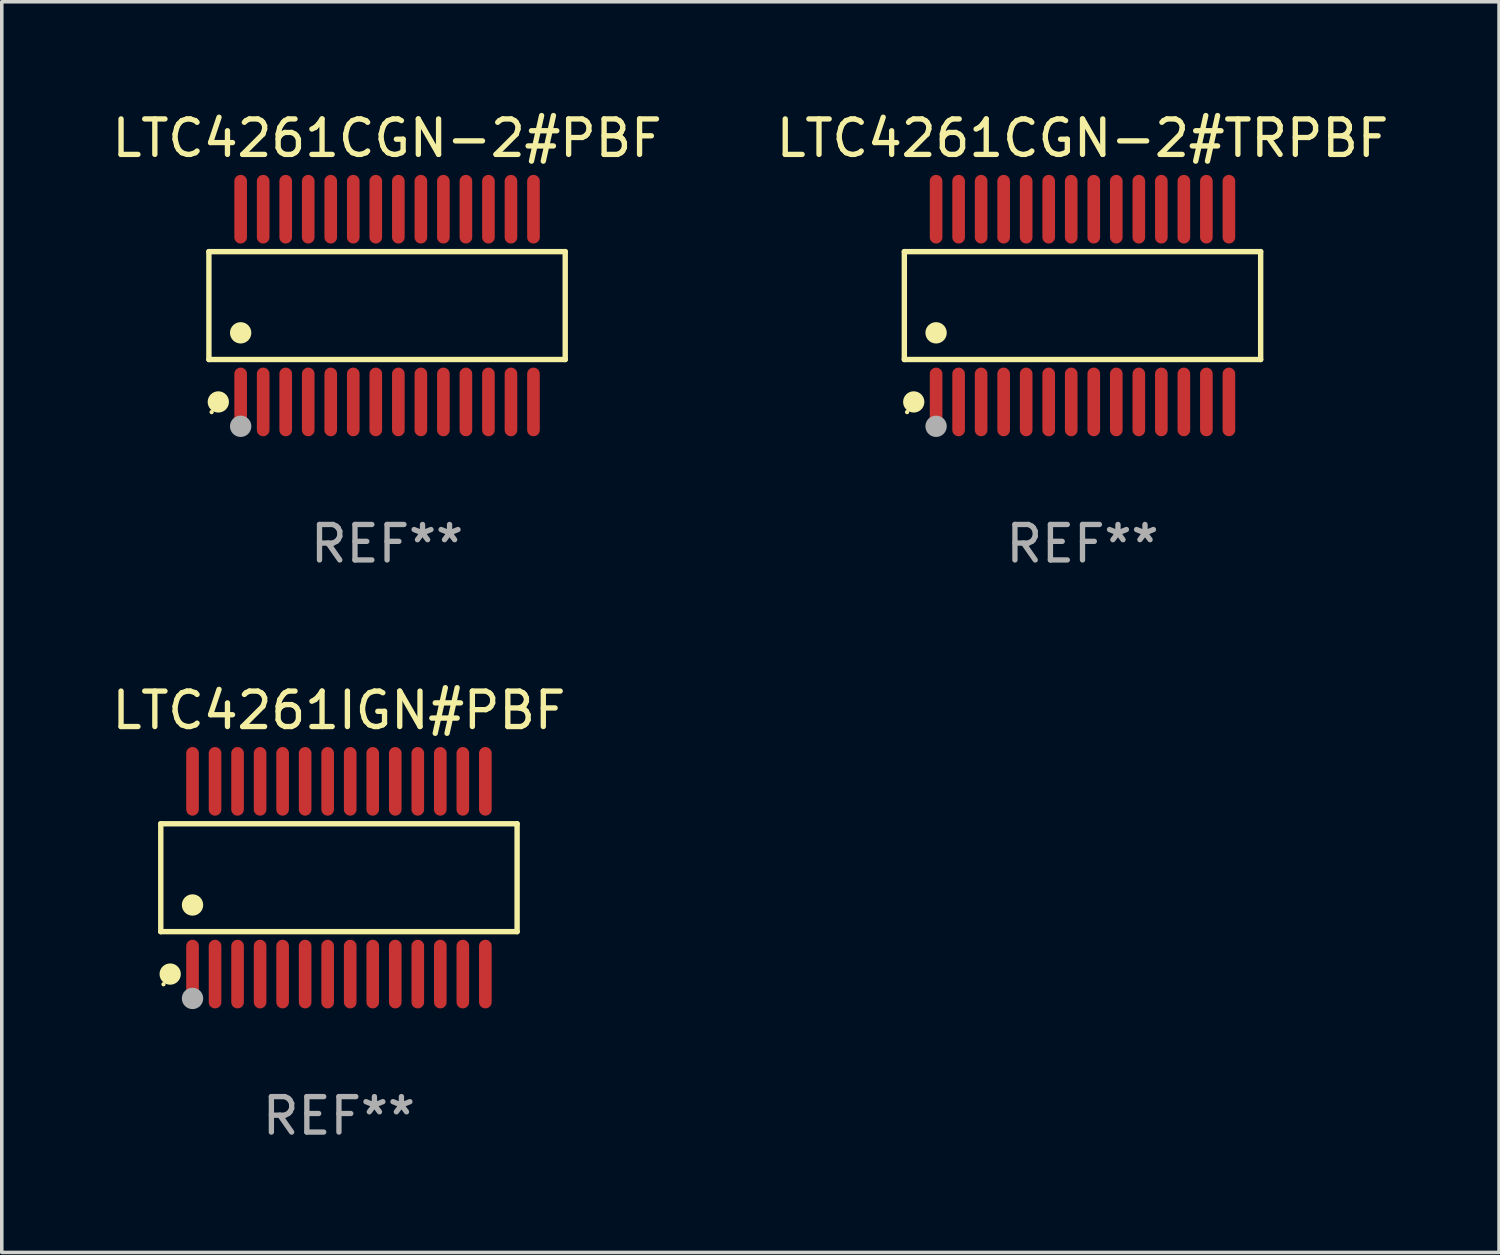
<source format=kicad_pcb>
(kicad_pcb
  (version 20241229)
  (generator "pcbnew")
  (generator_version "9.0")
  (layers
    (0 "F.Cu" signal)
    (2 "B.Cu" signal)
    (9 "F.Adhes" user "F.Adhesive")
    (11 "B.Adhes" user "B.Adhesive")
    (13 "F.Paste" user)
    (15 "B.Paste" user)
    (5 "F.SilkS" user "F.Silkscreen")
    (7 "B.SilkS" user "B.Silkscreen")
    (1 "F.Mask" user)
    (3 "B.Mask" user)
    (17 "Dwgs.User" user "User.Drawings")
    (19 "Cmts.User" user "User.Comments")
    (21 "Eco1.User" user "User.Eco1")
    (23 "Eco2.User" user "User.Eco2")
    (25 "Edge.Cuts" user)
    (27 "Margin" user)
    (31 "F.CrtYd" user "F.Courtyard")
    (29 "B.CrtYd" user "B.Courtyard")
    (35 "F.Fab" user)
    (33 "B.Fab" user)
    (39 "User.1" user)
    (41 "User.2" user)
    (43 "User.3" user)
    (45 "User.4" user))
  (footprint "LTC4261CGN-2#TRPBF"
    (layer "F.Cu")
    (at 27.47 5.565)
    (property "Reference" "LTC4261CGN-2#TRPBF" (at 0 -4.717 0) (layer "F.SilkS") (effects (font (size 1 1) (thickness 0.15))))
    (attr through_hole)
    (fp_line (start -5.023 -1.521) (end 5.023 -1.521) (stroke (width 0.152) (type solid)) (layer "F.SilkS"))
    (fp_line (start -5.023 1.521) (end -5.023 -1.521) (stroke (width 0.152) (type solid)) (layer "F.SilkS"))
    (fp_line (start 5.023 -1.521) (end 5.023 1.521) (stroke (width 0.152) (type solid)) (layer "F.SilkS"))
    (fp_line (start 5.023 1.521) (end -5.023 1.521) (stroke (width 0.152) (type solid)) (layer "F.SilkS"))
    (fp_circle (center -4.946 3.004) (end -4.916 3.004) (stroke (width 0.06) (type solid)) (fill no) (layer "F.SilkS"))
    (fp_circle (center -4.758 2.717) (end -4.608 2.717) (stroke (width 0.3) (type solid)) (fill no) (layer "F.SilkS"))
    (fp_circle (center -4.128 0.769) (end -3.977 0.769) (stroke (width 0.3) (type solid)) (fill no) (layer "F.SilkS"))
    (fp_circle (center -4.128 3.404) (end -3.977 3.404) (stroke (width 0.3) (type solid)) (fill no) (layer "F.Fab"))
    (fp_text user "REF**" (at 0 6.717 0) (layer "F.Fab") (effects (font (size 1 1) (thickness 0.15))))
    (pad "1" smd oval (at -4.128 2.717) (size 0.356 1.935) (layers "F.Cu" "F.Mask" "F.Paste"))
    (pad "2" smd oval (at -3.493 2.717) (size 0.356 1.935) (layers "F.Cu" "F.Mask" "F.Paste"))
    (pad "3" smd oval (at -2.858 2.717) (size 0.356 1.935) (layers "F.Cu" "F.Mask" "F.Paste"))
    (pad "4" smd oval (at -2.223 2.717) (size 0.356 1.935) (layers "F.Cu" "F.Mask" "F.Paste"))
    (pad "5" smd oval (at -1.588 2.717) (size 0.356 1.935) (layers "F.Cu" "F.Mask" "F.Paste"))
    (pad "6" smd oval (at -0.953 2.717) (size 0.356 1.935) (layers "F.Cu" "F.Mask" "F.Paste"))
    (pad "7" smd oval (at -0.318 2.717) (size 0.356 1.935) (layers "F.Cu" "F.Mask" "F.Paste"))
    (pad "8" smd oval (at 0.318 2.717) (size 0.356 1.935) (layers "F.Cu" "F.Mask" "F.Paste"))
    (pad "9" smd oval (at 0.953 2.717) (size 0.356 1.935) (layers "F.Cu" "F.Mask" "F.Paste"))
    (pad "10" smd oval (at 1.588 2.717) (size 0.356 1.935) (layers "F.Cu" "F.Mask" "F.Paste"))
    (pad "11" smd oval (at 2.223 2.717) (size 0.356 1.935) (layers "F.Cu" "F.Mask" "F.Paste"))
    (pad "12" smd oval (at 2.858 2.717) (size 0.356 1.935) (layers "F.Cu" "F.Mask" "F.Paste"))
    (pad "13" smd oval (at 3.493 2.717) (size 0.356 1.935) (layers "F.Cu" "F.Mask" "F.Paste"))
    (pad "14" smd oval (at 4.128 2.717) (size 0.356 1.935) (layers "F.Cu" "F.Mask" "F.Paste"))
    (pad "15" smd oval (at 4.128 -2.717) (size 0.356 1.935) (layers "F.Cu" "F.Mask" "F.Paste"))
    (pad "16" smd oval (at 3.493 -2.717) (size 0.356 1.935) (layers "F.Cu" "F.Mask" "F.Paste"))
    (pad "17" smd oval (at 2.858 -2.717) (size 0.356 1.935) (layers "F.Cu" "F.Mask" "F.Paste"))
    (pad "18" smd oval (at 2.223 -2.717) (size 0.356 1.935) (layers "F.Cu" "F.Mask" "F.Paste"))
    (pad "19" smd oval (at 1.588 -2.717) (size 0.356 1.935) (layers "F.Cu" "F.Mask" "F.Paste"))
    (pad "20" smd oval (at 0.953 -2.717) (size 0.356 1.935) (layers "F.Cu" "F.Mask" "F.Paste"))
    (pad "21" smd oval (at 0.318 -2.717) (size 0.356 1.935) (layers "F.Cu" "F.Mask" "F.Paste"))
    (pad "22" smd oval (at -0.318 -2.717) (size 0.356 1.935) (layers "F.Cu" "F.Mask" "F.Paste"))
    (pad "23" smd oval (at -0.953 -2.717) (size 0.356 1.935) (layers "F.Cu" "F.Mask" "F.Paste"))
    (pad "24" smd oval (at -1.588 -2.717) (size 0.356 1.935) (layers "F.Cu" "F.Mask" "F.Paste"))
    (pad "25" smd oval (at -2.223 -2.717) (size 0.356 1.935) (layers "F.Cu" "F.Mask" "F.Paste"))
    (pad "26" smd oval (at -2.858 -2.717) (size 0.356 1.935) (layers "F.Cu" "F.Mask" "F.Paste"))
    (pad "27" smd oval (at -3.493 -2.717) (size 0.356 1.935) (layers "F.Cu" "F.Mask" "F.Paste"))
    (pad "28" smd oval (at -4.128 -2.717) (size 0.356 1.935) (layers "F.Cu" "F.Mask" "F.Paste")))
  (footprint "LTC4261CGN-2#PBF"
    (layer "F.Cu")
    (at 7.863 5.565)
    (property "Reference" "LTC4261CGN-2#PBF" (at 0 -4.717 0) (layer "F.SilkS") (effects (font (size 1 1) (thickness 0.15))))
    (attr through_hole)
    (fp_line (start -5.023 -1.521) (end 5.023 -1.521) (stroke (width 0.152) (type solid)) (layer "F.SilkS"))
    (fp_line (start -5.023 1.521) (end -5.023 -1.521) (stroke (width 0.152) (type solid)) (layer "F.SilkS"))
    (fp_line (start 5.023 -1.521) (end 5.023 1.521) (stroke (width 0.152) (type solid)) (layer "F.SilkS"))
    (fp_line (start 5.023 1.521) (end -5.023 1.521) (stroke (width 0.152) (type solid)) (layer "F.SilkS"))
    (fp_circle (center -4.946 3.004) (end -4.916 3.004) (stroke (width 0.06) (type solid)) (fill no) (layer "F.SilkS"))
    (fp_circle (center -4.758 2.717) (end -4.608 2.717) (stroke (width 0.3) (type solid)) (fill no) (layer "F.SilkS"))
    (fp_circle (center -4.128 0.769) (end -3.977 0.769) (stroke (width 0.3) (type solid)) (fill no) (layer "F.SilkS"))
    (fp_circle (center -4.128 3.404) (end -3.977 3.404) (stroke (width 0.3) (type solid)) (fill no) (layer "F.Fab"))
    (fp_text user "REF**" (at 0 6.717 0) (layer "F.Fab") (effects (font (size 1 1) (thickness 0.15))))
    (pad "1" smd oval (at -4.128 2.717) (size 0.356 1.935) (layers "F.Cu" "F.Mask" "F.Paste"))
    (pad "2" smd oval (at -3.493 2.717) (size 0.356 1.935) (layers "F.Cu" "F.Mask" "F.Paste"))
    (pad "3" smd oval (at -2.858 2.717) (size 0.356 1.935) (layers "F.Cu" "F.Mask" "F.Paste"))
    (pad "4" smd oval (at -2.223 2.717) (size 0.356 1.935) (layers "F.Cu" "F.Mask" "F.Paste"))
    (pad "5" smd oval (at -1.588 2.717) (size 0.356 1.935) (layers "F.Cu" "F.Mask" "F.Paste"))
    (pad "6" smd oval (at -0.953 2.717) (size 0.356 1.935) (layers "F.Cu" "F.Mask" "F.Paste"))
    (pad "7" smd oval (at -0.318 2.717) (size 0.356 1.935) (layers "F.Cu" "F.Mask" "F.Paste"))
    (pad "8" smd oval (at 0.318 2.717) (size 0.356 1.935) (layers "F.Cu" "F.Mask" "F.Paste"))
    (pad "9" smd oval (at 0.953 2.717) (size 0.356 1.935) (layers "F.Cu" "F.Mask" "F.Paste"))
    (pad "10" smd oval (at 1.588 2.717) (size 0.356 1.935) (layers "F.Cu" "F.Mask" "F.Paste"))
    (pad "11" smd oval (at 2.223 2.717) (size 0.356 1.935) (layers "F.Cu" "F.Mask" "F.Paste"))
    (pad "12" smd oval (at 2.858 2.717) (size 0.356 1.935) (layers "F.Cu" "F.Mask" "F.Paste"))
    (pad "13" smd oval (at 3.493 2.717) (size 0.356 1.935) (layers "F.Cu" "F.Mask" "F.Paste"))
    (pad "14" smd oval (at 4.128 2.717) (size 0.356 1.935) (layers "F.Cu" "F.Mask" "F.Paste"))
    (pad "15" smd oval (at 4.128 -2.717) (size 0.356 1.935) (layers "F.Cu" "F.Mask" "F.Paste"))
    (pad "16" smd oval (at 3.493 -2.717) (size 0.356 1.935) (layers "F.Cu" "F.Mask" "F.Paste"))
    (pad "17" smd oval (at 2.858 -2.717) (size 0.356 1.935) (layers "F.Cu" "F.Mask" "F.Paste"))
    (pad "18" smd oval (at 2.223 -2.717) (size 0.356 1.935) (layers "F.Cu" "F.Mask" "F.Paste"))
    (pad "19" smd oval (at 1.588 -2.717) (size 0.356 1.935) (layers "F.Cu" "F.Mask" "F.Paste"))
    (pad "20" smd oval (at 0.953 -2.717) (size 0.356 1.935) (layers "F.Cu" "F.Mask" "F.Paste"))
    (pad "21" smd oval (at 0.318 -2.717) (size 0.356 1.935) (layers "F.Cu" "F.Mask" "F.Paste"))
    (pad "22" smd oval (at -0.318 -2.717) (size 0.356 1.935) (layers "F.Cu" "F.Mask" "F.Paste"))
    (pad "23" smd oval (at -0.953 -2.717) (size 0.356 1.935) (layers "F.Cu" "F.Mask" "F.Paste"))
    (pad "24" smd oval (at -1.588 -2.717) (size 0.356 1.935) (layers "F.Cu" "F.Mask" "F.Paste"))
    (pad "25" smd oval (at -2.223 -2.717) (size 0.356 1.935) (layers "F.Cu" "F.Mask" "F.Paste"))
    (pad "26" smd oval (at -2.858 -2.717) (size 0.356 1.935) (layers "F.Cu" "F.Mask" "F.Paste"))
    (pad "27" smd oval (at -3.493 -2.717) (size 0.356 1.935) (layers "F.Cu" "F.Mask" "F.Paste"))
    (pad "28" smd oval (at -4.128 -2.717) (size 0.356 1.935) (layers "F.Cu" "F.Mask" "F.Paste")))
  (footprint "LTC4261IGN#PBF"
    (layer "F.Cu")
    (at 6.506 21.696)
    (property "Reference" "LTC4261IGN#PBF" (at 0 -4.717 0) (layer "F.SilkS") (effects (font (size 1 1) (thickness 0.15))))
    (attr through_hole)
    (fp_line (start -5.023 -1.521) (end 5.023 -1.521) (stroke (width 0.152) (type solid)) (layer "F.SilkS"))
    (fp_line (start -5.023 1.521) (end -5.023 -1.521) (stroke (width 0.152) (type solid)) (layer "F.SilkS"))
    (fp_line (start 5.023 -1.521) (end 5.023 1.521) (stroke (width 0.152) (type solid)) (layer "F.SilkS"))
    (fp_line (start 5.023 1.521) (end -5.023 1.521) (stroke (width 0.152) (type solid)) (layer "F.SilkS"))
    (fp_circle (center -4.946 3.004) (end -4.916 3.004) (stroke (width 0.06) (type solid)) (fill no) (layer "F.SilkS"))
    (fp_circle (center -4.758 2.717) (end -4.608 2.717) (stroke (width 0.3) (type solid)) (fill no) (layer "F.SilkS"))
    (fp_circle (center -4.128 0.769) (end -3.977 0.769) (stroke (width 0.3) (type solid)) (fill no) (layer "F.SilkS"))
    (fp_circle (center -4.128 3.404) (end -3.977 3.404) (stroke (width 0.3) (type solid)) (fill no) (layer "F.Fab"))
    (fp_text user "REF**" (at 0 6.717 0) (layer "F.Fab") (effects (font (size 1 1) (thickness 0.15))))
    (pad "1" smd oval (at -4.128 2.717) (size 0.356 1.935) (layers "F.Cu" "F.Mask" "F.Paste"))
    (pad "2" smd oval (at -3.493 2.717) (size 0.356 1.935) (layers "F.Cu" "F.Mask" "F.Paste"))
    (pad "3" smd oval (at -2.858 2.717) (size 0.356 1.935) (layers "F.Cu" "F.Mask" "F.Paste"))
    (pad "4" smd oval (at -2.223 2.717) (size 0.356 1.935) (layers "F.Cu" "F.Mask" "F.Paste"))
    (pad "5" smd oval (at -1.588 2.717) (size 0.356 1.935) (layers "F.Cu" "F.Mask" "F.Paste"))
    (pad "6" smd oval (at -0.953 2.717) (size 0.356 1.935) (layers "F.Cu" "F.Mask" "F.Paste"))
    (pad "7" smd oval (at -0.318 2.717) (size 0.356 1.935) (layers "F.Cu" "F.Mask" "F.Paste"))
    (pad "8" smd oval (at 0.318 2.717) (size 0.356 1.935) (layers "F.Cu" "F.Mask" "F.Paste"))
    (pad "9" smd oval (at 0.953 2.717) (size 0.356 1.935) (layers "F.Cu" "F.Mask" "F.Paste"))
    (pad "10" smd oval (at 1.588 2.717) (size 0.356 1.935) (layers "F.Cu" "F.Mask" "F.Paste"))
    (pad "11" smd oval (at 2.223 2.717) (size 0.356 1.935) (layers "F.Cu" "F.Mask" "F.Paste"))
    (pad "12" smd oval (at 2.858 2.717) (size 0.356 1.935) (layers "F.Cu" "F.Mask" "F.Paste"))
    (pad "13" smd oval (at 3.493 2.717) (size 0.356 1.935) (layers "F.Cu" "F.Mask" "F.Paste"))
    (pad "14" smd oval (at 4.128 2.717) (size 0.356 1.935) (layers "F.Cu" "F.Mask" "F.Paste"))
    (pad "15" smd oval (at 4.128 -2.717) (size 0.356 1.935) (layers "F.Cu" "F.Mask" "F.Paste"))
    (pad "16" smd oval (at 3.493 -2.717) (size 0.356 1.935) (layers "F.Cu" "F.Mask" "F.Paste"))
    (pad "17" smd oval (at 2.858 -2.717) (size 0.356 1.935) (layers "F.Cu" "F.Mask" "F.Paste"))
    (pad "18" smd oval (at 2.223 -2.717) (size 0.356 1.935) (layers "F.Cu" "F.Mask" "F.Paste"))
    (pad "19" smd oval (at 1.588 -2.717) (size 0.356 1.935) (layers "F.Cu" "F.Mask" "F.Paste"))
    (pad "20" smd oval (at 0.953 -2.717) (size 0.356 1.935) (layers "F.Cu" "F.Mask" "F.Paste"))
    (pad "21" smd oval (at 0.318 -2.717) (size 0.356 1.935) (layers "F.Cu" "F.Mask" "F.Paste"))
    (pad "22" smd oval (at -0.318 -2.717) (size 0.356 1.935) (layers "F.Cu" "F.Mask" "F.Paste"))
    (pad "23" smd oval (at -0.953 -2.717) (size 0.356 1.935) (layers "F.Cu" "F.Mask" "F.Paste"))
    (pad "24" smd oval (at -1.588 -2.717) (size 0.356 1.935) (layers "F.Cu" "F.Mask" "F.Paste"))
    (pad "25" smd oval (at -2.223 -2.717) (size 0.356 1.935) (layers "F.Cu" "F.Mask" "F.Paste"))
    (pad "26" smd oval (at -2.858 -2.717) (size 0.356 1.935) (layers "F.Cu" "F.Mask" "F.Paste"))
    (pad "27" smd oval (at -3.493 -2.717) (size 0.356 1.935) (layers "F.Cu" "F.Mask" "F.Paste"))
    (pad "28" smd oval (at -4.128 -2.717) (size 0.356 1.935) (layers "F.Cu" "F.Mask" "F.Paste")))
  (gr_rect
    (start -3 -3)
    (end 39.214 32.261)
    (stroke (width 0.1) (type default))
    (fill no)
    (layer "Edge.Cuts")))
</source>
